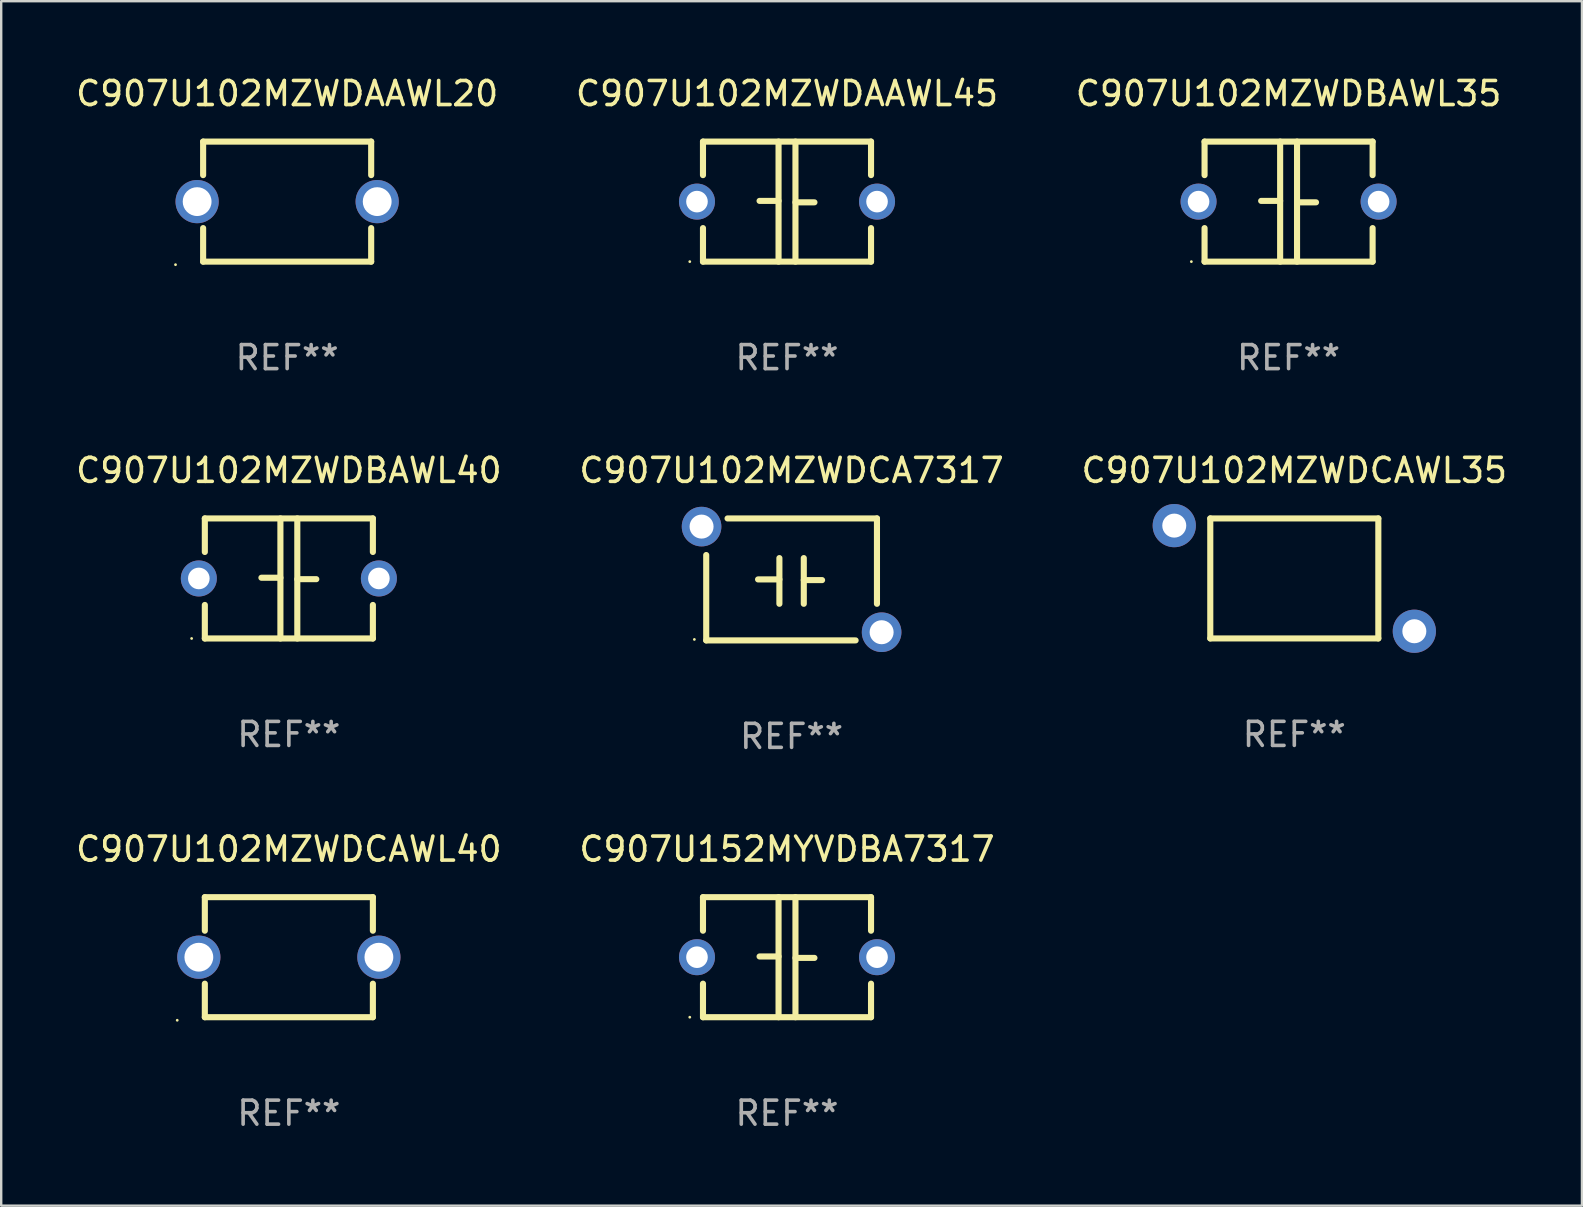
<source format=kicad_pcb>
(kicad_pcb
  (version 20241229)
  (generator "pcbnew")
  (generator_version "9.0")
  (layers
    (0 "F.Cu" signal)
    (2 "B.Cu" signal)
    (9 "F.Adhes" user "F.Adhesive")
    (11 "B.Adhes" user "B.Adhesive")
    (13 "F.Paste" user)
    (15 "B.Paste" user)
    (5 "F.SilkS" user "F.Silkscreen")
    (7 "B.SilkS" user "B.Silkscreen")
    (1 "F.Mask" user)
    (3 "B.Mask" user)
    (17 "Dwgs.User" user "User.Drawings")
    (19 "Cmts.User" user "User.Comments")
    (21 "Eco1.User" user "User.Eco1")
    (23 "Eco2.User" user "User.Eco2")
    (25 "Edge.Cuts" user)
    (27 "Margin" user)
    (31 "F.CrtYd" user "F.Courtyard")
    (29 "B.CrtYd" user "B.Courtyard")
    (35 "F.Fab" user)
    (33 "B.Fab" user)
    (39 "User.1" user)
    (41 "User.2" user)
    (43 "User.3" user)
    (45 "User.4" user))
  (footprint "C907U152MYVDBA7317"
    (layer "F.Cu")
    (at 29.732 36.821)
    (property "Reference" "C907U152MYVDBA7317" (at 0 -4.5 0) (layer "F.SilkS") (effects (font (size 1 1) (thickness 0.15))))
    (attr through_hole)
    (fp_line (start -3.5 -2.5) (end -3.5 -1.103) (stroke (width 0.254) (type solid)) (layer "F.SilkS"))
    (fp_line (start -3.5 -2.5) (end 3.5 -2.5) (stroke (width 0.254) (type solid)) (layer "F.SilkS"))
    (fp_line (start -3.5 1.103) (end -3.5 2.5) (stroke (width 0.254) (type solid)) (layer "F.SilkS"))
    (fp_line (start -0.352 -0.03) (end -1.143 -0.03) (stroke (width 0.254) (type solid)) (layer "F.SilkS"))
    (fp_line (start -0.352 2.5) (end -0.352 -2.5) (stroke (width 0.254) (type solid)) (layer "F.SilkS"))
    (fp_line (start 0.352 -2.5) (end 0.352 2.5) (stroke (width 0.254) (type solid)) (layer "F.SilkS"))
    (fp_line (start 0.352 0.03) (end 1.143 0.03) (stroke (width 0.254) (type solid)) (layer "F.SilkS"))
    (fp_line (start 3.5 -2.5) (end 3.5 -1.103) (stroke (width 0.254) (type solid)) (layer "F.SilkS"))
    (fp_line (start 3.5 1.103) (end 3.5 2.5) (stroke (width 0.254) (type solid)) (layer "F.SilkS"))
    (fp_line (start 3.5 2.5) (end -3.5 2.5) (stroke (width 0.254) (type solid)) (layer "F.SilkS"))
    (fp_circle (center -4.05 2.5) (end -4.02 2.5) (stroke (width 0.06) (type solid)) (fill no) (layer "F.SilkS"))
    (fp_text user "REF**" (at 0 6.5 0) (layer "F.Fab") (effects (font (size 1 1) (thickness 0.15))))
    (pad "1" thru_hole circle (at -3.75 0) (size 1.5 1.5) (drill 0.9) (layers "*.Cu" "*.Mask"))
    (pad "2" thru_hole circle (at 3.75 0) (size 1.5 1.5) (drill 0.9) (layers "*.Cu" "*.Mask")))
  (footprint "C907U102MZWDCAWL40"
    (layer "F.Cu")
    (at 8.982 36.821)
    (property "Reference" "C907U102MZWDCAWL40" (at 0 -4.5 0) (layer "F.SilkS") (effects (font (size 1 1) (thickness 0.15))))
    (attr through_hole)
    (fp_line (start -3.5 -2.5) (end -3.5 -1.103) (stroke (width 0.254) (type solid)) (layer "F.SilkS"))
    (fp_line (start -3.5 -2.5) (end 3.5 -2.5) (stroke (width 0.254) (type solid)) (layer "F.SilkS"))
    (fp_line (start -3.5 1.103) (end -3.5 2.5) (stroke (width 0.254) (type solid)) (layer "F.SilkS"))
    (fp_line (start 3.5 -2.5) (end 3.5 -1.103) (stroke (width 0.254) (type solid)) (layer "F.SilkS"))
    (fp_line (start 3.5 1.103) (end 3.5 2.5) (stroke (width 0.254) (type solid)) (layer "F.SilkS"))
    (fp_line (start 3.5 2.5) (end -3.5 2.5) (stroke (width 0.254) (type solid)) (layer "F.SilkS"))
    (fp_circle (center -4.65 2.627) (end -4.62 2.627) (stroke (width 0.06) (type solid)) (fill no) (layer "F.SilkS"))
    (fp_text user "REF**" (at 0 6.5 0) (layer "F.Fab") (effects (font (size 1 1) (thickness 0.15))))
    (pad "1" thru_hole circle (at -3.75 0) (size 1.8 1.8) (drill 1.2) (layers "*.Cu" "*.Mask"))
    (pad "2" thru_hole circle (at 3.75 0) (size 1.8 1.8) (drill 1.2) (layers "*.Cu" "*.Mask")))
  (footprint "C907U102MZWDCAWL35"
    (layer "F.Cu")
    (at 50.863 21.044)
    (property "Reference" "C907U102MZWDCAWL35" (at 0 -4.499 0) (layer "F.SilkS") (effects (font (size 1 1) (thickness 0.15))))
    (attr through_hole)
    (fp_line (start -3.5 -2.499) (end -3.5 2.499) (stroke (width 0.254) (type solid)) (layer "F.SilkS"))
    (fp_line (start -3.5 2.499) (end 3.5 2.499) (stroke (width 0.254) (type solid)) (layer "F.SilkS"))
    (fp_line (start 3.5 -2.499) (end -3.5 -2.499) (stroke (width 0.254) (type solid)) (layer "F.SilkS"))
    (fp_line (start 3.5 2.499) (end 3.5 -2.499) (stroke (width 0.254) (type solid)) (layer "F.SilkS"))
    (fp_circle (center -5.3 -2.502) (end -5.27 -2.502) (stroke (width 0.06) (type solid)) (fill no) (layer "F.SilkS"))
    (fp_text user "REF**" (at 0 6.499 0) (layer "F.Fab") (effects (font (size 1 1) (thickness 0.15))))
    (pad "1" thru_hole circle (at -5 -2.2) (size 1.8 1.8) (drill 1) (layers "*.Cu" "*.Mask"))
    (pad "2" thru_hole circle (at 5 2.2) (size 1.8 1.8) (drill 1) (layers "*.Cu" "*.Mask")))
  (footprint "C907U102MZWDCA7317"
    (layer "F.Cu")
    (at 29.923 21.085)
    (property "Reference" "C907U102MZWDCA7317" (at 0 -4.54 0) (layer "F.SilkS") (effects (font (size 1 1) (thickness 0.15))))
    (attr through_hole)
    (fp_line (start -3.556 2.54) (end -3.556 -1.016) (stroke (width 0.254) (type solid)) (layer "F.SilkS"))
    (fp_line (start -1.397 0) (end -0.508 0) (stroke (width 0.254) (type solid)) (layer "F.SilkS"))
    (fp_line (start -0.508 -0.889) (end -0.508 1.016) (stroke (width 0.254) (type solid)) (layer "F.SilkS"))
    (fp_line (start 0.508 -0.889) (end 0.508 1.016) (stroke (width 0.254) (type solid)) (layer "F.SilkS"))
    (fp_line (start 0.508 0.029) (end 1.27 0.029) (stroke (width 0.254) (type solid)) (layer "F.SilkS"))
    (fp_line (start 2.667 2.54) (end -3.556 2.54) (stroke (width 0.254) (type solid)) (layer "F.SilkS"))
    (fp_line (start 3.556 -2.54) (end -2.667 -2.54) (stroke (width 0.254) (type solid)) (layer "F.SilkS"))
    (fp_line (start 3.556 -2.54) (end 3.556 1.016) (stroke (width 0.254) (type solid)) (layer "F.SilkS"))
    (fp_circle (center -4.05 2.5) (end -4.02 2.5) (stroke (width 0.06) (type solid)) (fill no) (layer "F.SilkS"))
    (fp_text user "REF**" (at 0 6.54 0) (layer "F.Fab") (effects (font (size 1 1) (thickness 0.15))))
    (pad "1" thru_hole circle (at -3.75 -2.2) (size 1.65 1.65) (drill 1) (layers "*.Cu" "*.Mask"))
    (pad "2" thru_hole circle (at 3.75 2.2) (size 1.65 1.65) (drill 1) (layers "*.Cu" "*.Mask")))
  (footprint "C907U102MZWDAAWL45"
    (layer "F.Cu")
    (at 29.732 5.348)
    (property "Reference" "C907U102MZWDAAWL45" (at 0 -4.5 0) (layer "F.SilkS") (effects (font (size 1 1) (thickness 0.15))))
    (attr through_hole)
    (fp_line (start -3.5 -2.5) (end -3.5 -1.103) (stroke (width 0.254) (type solid)) (layer "F.SilkS"))
    (fp_line (start -3.5 -2.5) (end 3.5 -2.5) (stroke (width 0.254) (type solid)) (layer "F.SilkS"))
    (fp_line (start -3.5 1.103) (end -3.5 2.5) (stroke (width 0.254) (type solid)) (layer "F.SilkS"))
    (fp_line (start -0.352 -0.03) (end -1.143 -0.03) (stroke (width 0.254) (type solid)) (layer "F.SilkS"))
    (fp_line (start -0.352 2.5) (end -0.352 -2.5) (stroke (width 0.254) (type solid)) (layer "F.SilkS"))
    (fp_line (start 0.352 -2.5) (end 0.352 2.5) (stroke (width 0.254) (type solid)) (layer "F.SilkS"))
    (fp_line (start 0.352 0.03) (end 1.143 0.03) (stroke (width 0.254) (type solid)) (layer "F.SilkS"))
    (fp_line (start 3.5 -2.5) (end 3.5 -1.103) (stroke (width 0.254) (type solid)) (layer "F.SilkS"))
    (fp_line (start 3.5 1.103) (end 3.5 2.5) (stroke (width 0.254) (type solid)) (layer "F.SilkS"))
    (fp_line (start 3.5 2.5) (end -3.5 2.5) (stroke (width 0.254) (type solid)) (layer "F.SilkS"))
    (fp_circle (center -4.05 2.5) (end -4.02 2.5) (stroke (width 0.06) (type solid)) (fill no) (layer "F.SilkS"))
    (fp_text user "REF**" (at 0 6.5 0) (layer "F.Fab") (effects (font (size 1 1) (thickness 0.15))))
    (pad "1" thru_hole circle (at -3.75 0) (size 1.5 1.5) (drill 0.9) (layers "*.Cu" "*.Mask"))
    (pad "2" thru_hole circle (at 3.75 0) (size 1.5 1.5) (drill 0.9) (layers "*.Cu" "*.Mask")))
  (footprint "C907U102MZWDBAWL35"
    (layer "F.Cu")
    (at 50.625 5.348)
    (property "Reference" "C907U102MZWDBAWL35" (at 0 -4.5 0) (layer "F.SilkS") (effects (font (size 1 1) (thickness 0.15))))
    (attr through_hole)
    (fp_line (start -3.5 -2.5) (end -3.5 -1.103) (stroke (width 0.254) (type solid)) (layer "F.SilkS"))
    (fp_line (start -3.5 -2.5) (end 3.5 -2.5) (stroke (width 0.254) (type solid)) (layer "F.SilkS"))
    (fp_line (start -3.5 1.103) (end -3.5 2.5) (stroke (width 0.254) (type solid)) (layer "F.SilkS"))
    (fp_line (start -0.352 -0.03) (end -1.143 -0.03) (stroke (width 0.254) (type solid)) (layer "F.SilkS"))
    (fp_line (start -0.352 2.5) (end -0.352 -2.5) (stroke (width 0.254) (type solid)) (layer "F.SilkS"))
    (fp_line (start 0.352 -2.5) (end 0.352 2.5) (stroke (width 0.254) (type solid)) (layer "F.SilkS"))
    (fp_line (start 0.352 0.03) (end 1.143 0.03) (stroke (width 0.254) (type solid)) (layer "F.SilkS"))
    (fp_line (start 3.5 -2.5) (end 3.5 -1.103) (stroke (width 0.254) (type solid)) (layer "F.SilkS"))
    (fp_line (start 3.5 1.103) (end 3.5 2.5) (stroke (width 0.254) (type solid)) (layer "F.SilkS"))
    (fp_line (start 3.5 2.5) (end -3.5 2.5) (stroke (width 0.254) (type solid)) (layer "F.SilkS"))
    (fp_circle (center -4.05 2.5) (end -4.02 2.5) (stroke (width 0.06) (type solid)) (fill no) (layer "F.SilkS"))
    (fp_text user "REF**" (at 0 6.5 0) (layer "F.Fab") (effects (font (size 1 1) (thickness 0.15))))
    (pad "1" thru_hole circle (at -3.75 0) (size 1.5 1.5) (drill 0.9) (layers "*.Cu" "*.Mask"))
    (pad "2" thru_hole circle (at 3.75 0) (size 1.5 1.5) (drill 0.9) (layers "*.Cu" "*.Mask")))
  (footprint "C907U102MZWDBAWL40"
    (layer "F.Cu")
    (at 8.982 21.045)
    (property "Reference" "C907U102MZWDBAWL40" (at 0 -4.5 0) (layer "F.SilkS") (effects (font (size 1 1) (thickness 0.15))))
    (attr through_hole)
    (fp_line (start -3.5 -2.5) (end -3.5 -1.103) (stroke (width 0.254) (type solid)) (layer "F.SilkS"))
    (fp_line (start -3.5 -2.5) (end 3.5 -2.5) (stroke (width 0.254) (type solid)) (layer "F.SilkS"))
    (fp_line (start -3.5 1.103) (end -3.5 2.5) (stroke (width 0.254) (type solid)) (layer "F.SilkS"))
    (fp_line (start -0.352 -0.03) (end -1.143 -0.03) (stroke (width 0.254) (type solid)) (layer "F.SilkS"))
    (fp_line (start -0.352 2.5) (end -0.352 -2.5) (stroke (width 0.254) (type solid)) (layer "F.SilkS"))
    (fp_line (start 0.352 -2.5) (end 0.352 2.5) (stroke (width 0.254) (type solid)) (layer "F.SilkS"))
    (fp_line (start 0.352 0.03) (end 1.143 0.03) (stroke (width 0.254) (type solid)) (layer "F.SilkS"))
    (fp_line (start 3.5 -2.5) (end 3.5 -1.103) (stroke (width 0.254) (type solid)) (layer "F.SilkS"))
    (fp_line (start 3.5 1.103) (end 3.5 2.5) (stroke (width 0.254) (type solid)) (layer "F.SilkS"))
    (fp_line (start 3.5 2.5) (end -3.5 2.5) (stroke (width 0.254) (type solid)) (layer "F.SilkS"))
    (fp_circle (center -4.05 2.5) (end -4.02 2.5) (stroke (width 0.06) (type solid)) (fill no) (layer "F.SilkS"))
    (fp_text user "REF**" (at 0 6.5 0) (layer "F.Fab") (effects (font (size 1 1) (thickness 0.15))))
    (pad "1" thru_hole circle (at -3.75 0) (size 1.5 1.5) (drill 0.9) (layers "*.Cu" "*.Mask"))
    (pad "2" thru_hole circle (at 3.75 0) (size 1.5 1.5) (drill 0.9) (layers "*.Cu" "*.Mask")))
  (footprint "C907U102MZWDAAWL20"
    (layer "F.Cu")
    (at 8.911 5.348)
    (property "Reference" "C907U102MZWDAAWL20" (at 0 -4.5 0) (layer "F.SilkS") (effects (font (size 1 1) (thickness 0.15))))
    (attr through_hole)
    (fp_line (start -3.5 -2.5) (end -3.5 -1.103) (stroke (width 0.254) (type solid)) (layer "F.SilkS"))
    (fp_line (start -3.5 -2.5) (end 3.5 -2.5) (stroke (width 0.254) (type solid)) (layer "F.SilkS"))
    (fp_line (start -3.5 1.103) (end -3.5 2.5) (stroke (width 0.254) (type solid)) (layer "F.SilkS"))
    (fp_line (start 3.5 -2.5) (end 3.5 -1.103) (stroke (width 0.254) (type solid)) (layer "F.SilkS"))
    (fp_line (start 3.5 1.103) (end 3.5 2.5) (stroke (width 0.254) (type solid)) (layer "F.SilkS"))
    (fp_line (start 3.5 2.5) (end -3.5 2.5) (stroke (width 0.254) (type solid)) (layer "F.SilkS"))
    (fp_circle (center -4.65 2.627) (end -4.62 2.627) (stroke (width 0.06) (type solid)) (fill no) (layer "F.SilkS"))
    (fp_text user "REF**" (at 0 6.5 0) (layer "F.Fab") (effects (font (size 1 1) (thickness 0.15))))
    (pad "1" thru_hole circle (at -3.75 0) (size 1.8 1.8) (drill 1.2) (layers "*.Cu" "*.Mask"))
    (pad "2" thru_hole circle (at 3.75 0) (size 1.8 1.8) (drill 1.2) (layers "*.Cu" "*.Mask")))
  (gr_rect
    (start -3 -3)
    (end 62.845 47.17)
    (stroke (width 0.1) (type default))
    (fill no)
    (layer "Edge.Cuts")))
</source>
